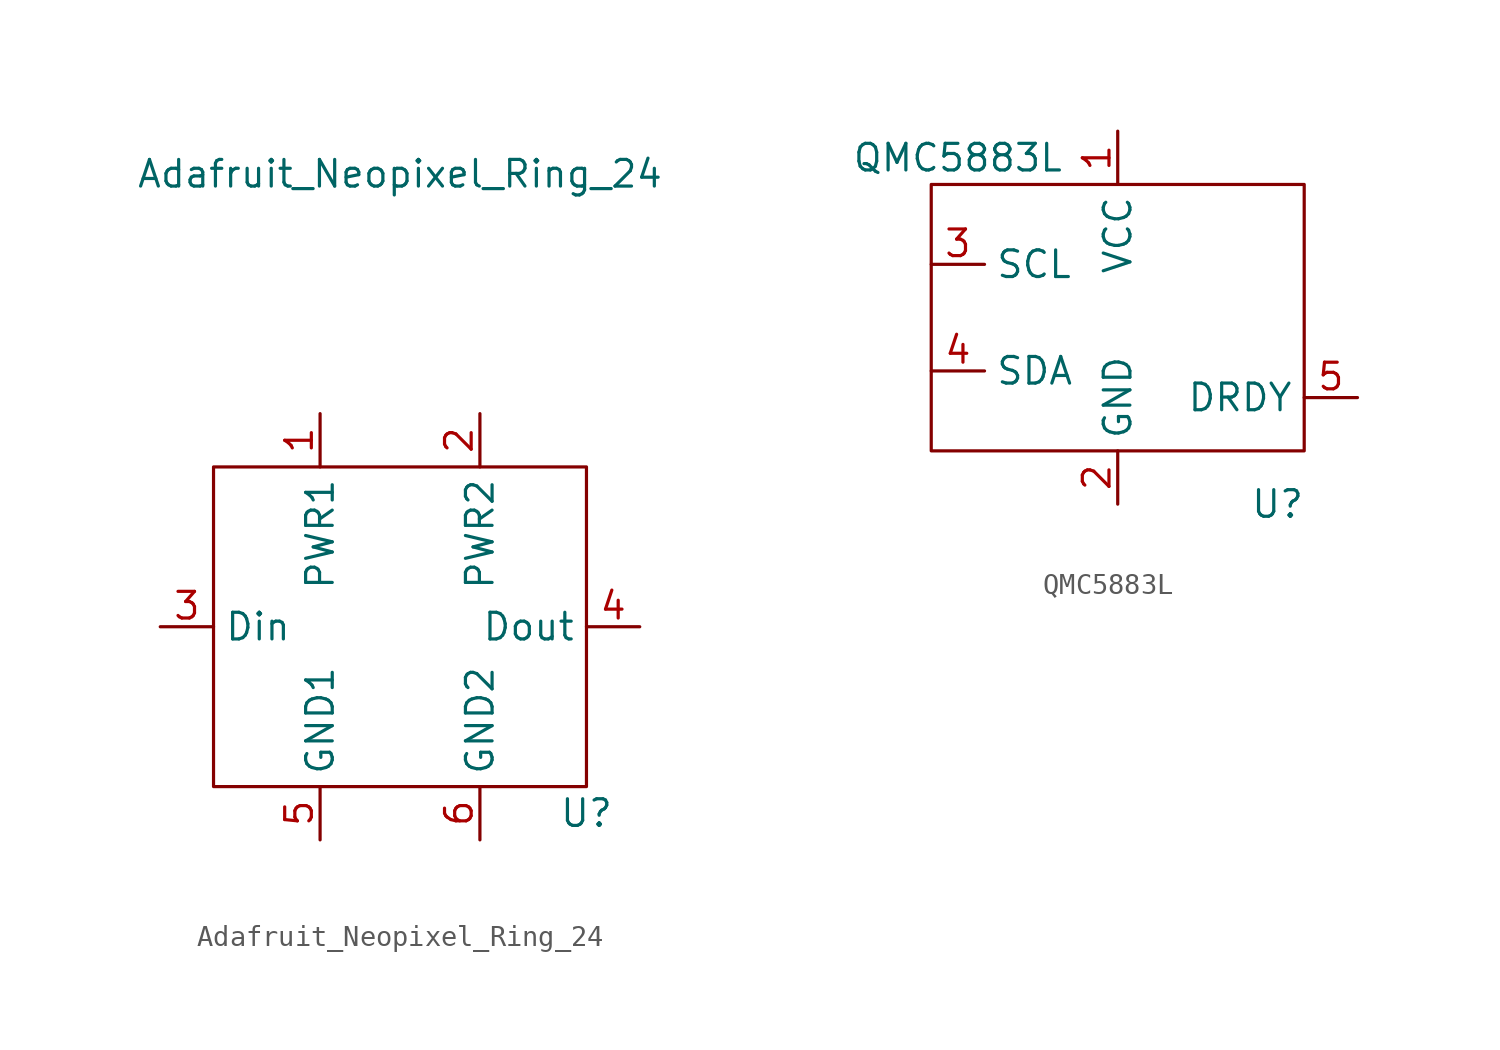
<source format=kicad_sym>
(kicad_symbol_lib
  (version 20220914)
  (generator kicad_symbol_editor)
  (symbol "Adafruit_Neopixel_Ring_24"
    (property "Reference" "U"
      (at 8.89 -8.89 0)
      (effects (font (size 1.27 1.27))))
    (property "Value" "Adafruit_Neopixel_Ring_24"
      (at 0 21.59 0)
      (effects (font (size 1.27 1.27))))
    (symbol "Adafruit_Neopixel_Ring_24_0_1"
      (rectangle (start -8.89 7.62) (end 8.89 -7.62) (stroke (width 0) (type default)) (fill (type none))))
    (symbol "Adafruit_Neopixel_Ring_24_1_1"
      (pin power_in line (at -3.81 10.16 270) (length 2.54) (name "PWR1" (effects (font (size 1.27 1.27)))) (number "1" (effects (font (size 1.27 1.27)))))
      (pin power_in line (at 3.81 10.16 270) (length 2.54) (name "PWR2" (effects (font (size 1.27 1.27)))) (number "2" (effects (font (size 1.27 1.27)))))
      (pin input line (at -11.43 0 0) (length 2.54) (name "Din" (effects (font (size 1.27 1.27)))) (number "3" (effects (font (size 1.27 1.27)))))
      (pin output line (at 11.43 0 180) (length 2.54) (name "Dout" (effects (font (size 1.27 1.27)))) (number "4" (effects (font (size 1.27 1.27)))))
      (pin power_in line (at -3.81 -10.16 90) (length 2.54) (name "GND1" (effects (font (size 1.27 1.27)))) (number "5" (effects (font (size 1.27 1.27)))))
      (pin power_in line (at 3.81 -10.16 90) (length 2.54) (name "GND2" (effects (font (size 1.27 1.27)))) (number "6" (effects (font (size 1.27 1.27)))))))
  (symbol "QMC5883L"
    (property "Reference" "U"
      (at 7.62 -8.89 0)
      (effects (font (size 1.27 1.27))))
    (property "Value" "QMC5883L"
      (at -7.62 7.62 0)
      (effects (font (size 1.27 1.27))))
    (symbol "QMC5883L_0_1"
      (rectangle (start -8.89 6.35) (end 8.89 -6.35) (stroke (width 0) (type default)) (fill (type none))))
    (symbol "QMC5883L_1_1"
      (pin power_in line (at 0 8.89 270) (length 2.54) (name "VCC" (effects (font (size 1.27 1.27)))) (number "1" (effects (font (size 1.27 1.27)))))
      (pin power_in line (at 0 -8.89 90) (length 2.54) (name "GND" (effects (font (size 1.27 1.27)))) (number "2" (effects (font (size 1.27 1.27)))))
      (pin bidirectional line (at -8.89 2.54 0) (length 2.54) (name "SCL" (effects (font (size 1.27 1.27)))) (number "3" (effects (font (size 1.27 1.27)))))
      (pin bidirectional line (at -8.89 -2.54 0) (length 2.54) (name "SDA" (effects (font (size 1.27 1.27)))) (number "4" (effects (font (size 1.27 1.27)))))
      (pin output line (at 11.43 -3.81 180) (length 2.54) (name "DRDY" (effects (font (size 1.27 1.27)))) (number "5" (effects (font (size 1.27 1.27))))))))
</source>
